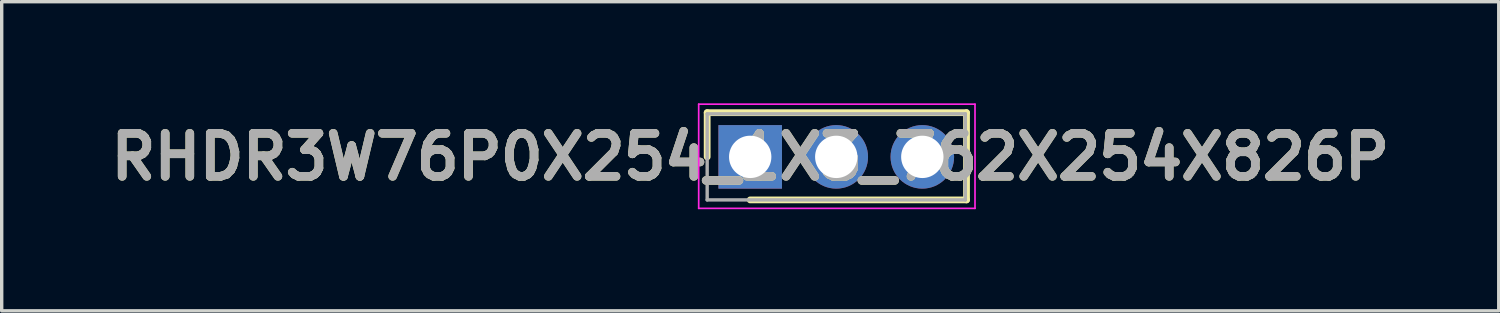
<source format=kicad_pcb>
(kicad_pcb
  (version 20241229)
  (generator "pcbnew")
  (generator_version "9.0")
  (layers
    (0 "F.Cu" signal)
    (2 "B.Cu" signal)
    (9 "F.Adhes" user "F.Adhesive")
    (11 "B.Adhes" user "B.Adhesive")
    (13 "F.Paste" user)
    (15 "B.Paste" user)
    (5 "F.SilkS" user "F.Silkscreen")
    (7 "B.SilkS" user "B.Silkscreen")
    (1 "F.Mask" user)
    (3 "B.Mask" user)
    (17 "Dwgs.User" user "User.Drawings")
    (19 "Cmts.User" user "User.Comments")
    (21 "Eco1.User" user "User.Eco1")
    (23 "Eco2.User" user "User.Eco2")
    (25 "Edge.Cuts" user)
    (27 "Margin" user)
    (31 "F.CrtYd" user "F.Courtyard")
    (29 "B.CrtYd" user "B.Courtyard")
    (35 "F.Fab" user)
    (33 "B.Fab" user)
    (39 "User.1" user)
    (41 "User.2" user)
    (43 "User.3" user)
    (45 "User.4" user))
  (footprint "RHDR3W76P0X254_1X3_762X254X826P"
    (layer "F.Cu")
    (at 19.092 1.58)
    (property "Reference" "RHDR3W76P0X254_1X3_762X254X826P" (at 0 0 0) (layer "F.SilkS") (effects (font (size 1.27 1.27) (thickness 0.254))))
    (attr through_hole)
    (fp_line (start -1.27 -1.305) (end -1.27 0) (stroke (width 0.2) (type solid)) (layer "F.SilkS"))
    (fp_line (start 0 1.27) (end 6.385 1.27) (stroke (width 0.2) (type solid)) (layer "F.SilkS"))
    (fp_line (start 6.385 -1.305) (end -1.27 -1.305) (stroke (width 0.2) (type solid)) (layer "F.SilkS"))
    (fp_line (start 6.385 1.27) (end 6.385 -1.305) (stroke (width 0.2) (type solid)) (layer "F.SilkS"))
    (fp_line (start -1.52 -1.555) (end 6.635 -1.555) (stroke (width 0.05) (type solid)) (layer "F.CrtYd"))
    (fp_line (start -1.52 1.52) (end -1.52 -1.555) (stroke (width 0.05) (type solid)) (layer "F.CrtYd"))
    (fp_line (start 6.635 -1.555) (end 6.635 1.52) (stroke (width 0.05) (type solid)) (layer "F.CrtYd"))
    (fp_line (start 6.635 1.52) (end -1.52 1.52) (stroke (width 0.05) (type solid)) (layer "F.CrtYd"))
    (fp_line (start -1.27 -1.27) (end 6.35 -1.27) (stroke (width 0.1) (type solid)) (layer "F.Fab"))
    (fp_line (start -1.27 1.27) (end -1.27 -1.27) (stroke (width 0.1) (type solid)) (layer "F.Fab"))
    (fp_line (start 6.35 -1.27) (end 6.35 1.27) (stroke (width 0.1) (type solid)) (layer "F.Fab"))
    (fp_line (start 6.35 1.27) (end -1.27 1.27) (stroke (width 0.1) (type solid)) (layer "F.Fab"))
    (fp_text user "${REFERENCE}" (at 0 0 0) (layer "F.Fab") (effects (font (size 1.27 1.27) (thickness 0.254))))
    (pad "1" thru_hole rect (at 0 0) (size 1.875 1.875) (drill 1.25) (layers "*.Cu" "*.Mask"))
    (pad "2" thru_hole circle (at 2.54 0) (size 1.875 1.875) (drill 1.25) (layers "*.Cu" "*.Mask"))
    (pad "3" thru_hole circle (at 5.08 0) (size 1.875 1.875) (drill 1.25) (layers "*.Cu" "*.Mask")))
  (gr_rect
    (start -3 -3)
    (end 41.185 6.125)
    (stroke (width 0.1) (type default))
    (fill no)
    (layer "Edge.Cuts")))
</source>
